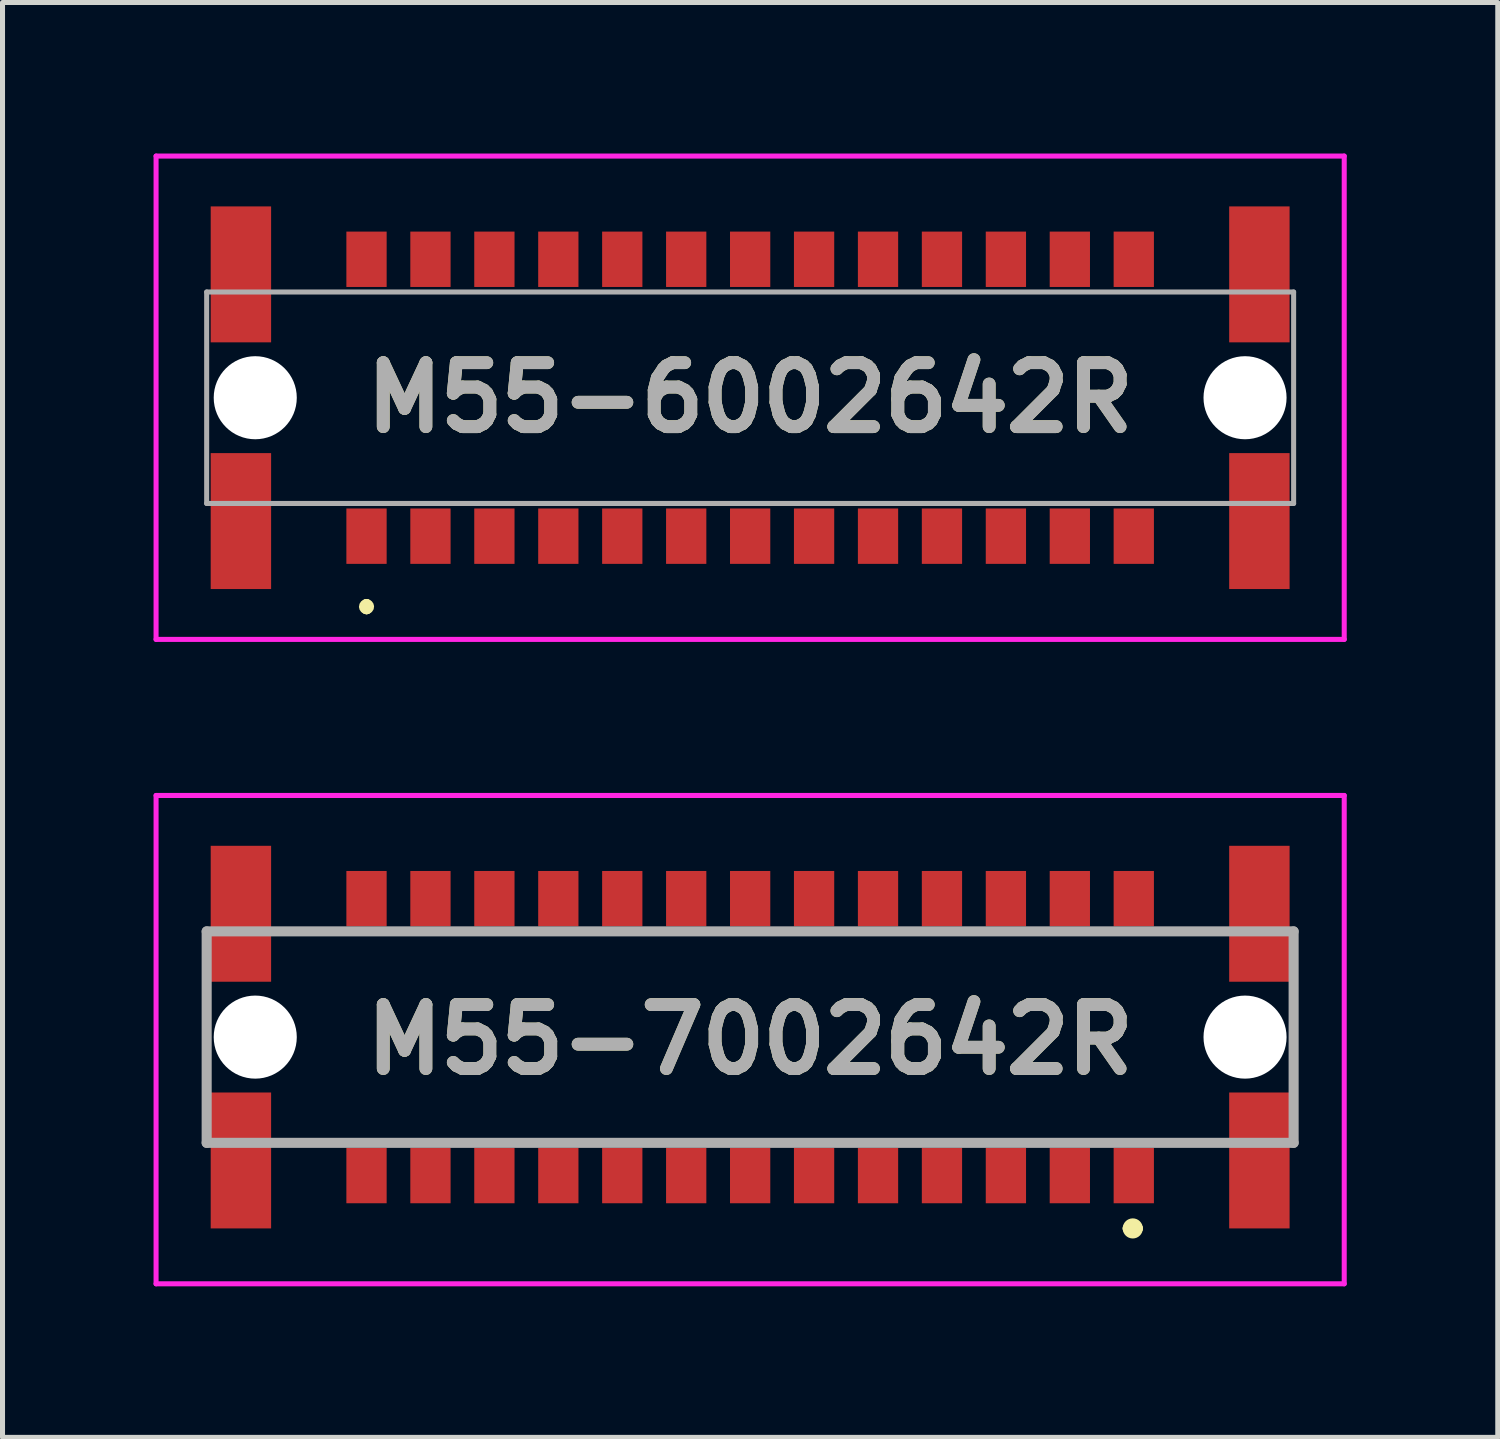
<source format=kicad_pcb>
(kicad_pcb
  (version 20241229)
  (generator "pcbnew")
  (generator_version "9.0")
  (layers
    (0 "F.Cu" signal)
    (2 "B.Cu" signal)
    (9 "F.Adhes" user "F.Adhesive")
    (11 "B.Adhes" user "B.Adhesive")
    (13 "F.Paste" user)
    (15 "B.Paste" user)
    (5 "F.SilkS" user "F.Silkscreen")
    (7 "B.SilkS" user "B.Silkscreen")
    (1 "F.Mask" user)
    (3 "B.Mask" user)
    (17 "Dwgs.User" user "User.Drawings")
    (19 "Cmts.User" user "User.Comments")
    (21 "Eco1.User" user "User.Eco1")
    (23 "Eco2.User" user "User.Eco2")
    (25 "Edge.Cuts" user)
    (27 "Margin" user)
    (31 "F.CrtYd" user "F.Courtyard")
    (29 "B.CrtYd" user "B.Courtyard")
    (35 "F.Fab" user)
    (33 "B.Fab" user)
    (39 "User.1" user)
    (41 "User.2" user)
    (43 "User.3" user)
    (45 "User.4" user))
  (footprint "M55-7002642R"
    (layer "F.Cu")
    (at 11.85 17.55)
    (property "Reference" "M55-7002642R" (at 0 0.05 0) (layer "F.SilkS") (effects (font (size 1.27 1.27) (thickness 0.254))))
    (attr through_hole)
    (fp_line (start -10.8 0.7) (end -10.795 -0.9) (stroke (width 0.1) (type solid)) (layer "F.SilkS"))
    (fp_line (start -9.3 -2.1) (end -8.3 -2.1) (stroke (width 0.1) (type solid)) (layer "F.SilkS"))
    (fp_line (start -9.2 2.1) (end -8.2 2.1) (stroke (width 0.1) (type solid)) (layer "F.SilkS"))
    (fp_line (start 7.5 3.8) (end 7.5 3.8) (stroke (width 0.2) (type solid)) (layer "F.SilkS"))
    (fp_line (start 7.7 3.8) (end 7.7 3.8) (stroke (width 0.2) (type solid)) (layer "F.SilkS"))
    (fp_line (start 8.3 2.1) (end 9.3 2.1) (stroke (width 0.1) (type solid)) (layer "F.SilkS"))
    (fp_line (start 8.4 -2.1) (end 9.2 -2.1) (stroke (width 0.1) (type solid)) (layer "F.SilkS"))
    (fp_line (start 10.8 0.7) (end 10.8 -0.8) (stroke (width 0.1) (type solid)) (layer "F.SilkS"))
    (fp_arc (start 7.5 3.8) (mid 7.6 3.7) (end 7.7 3.8) (stroke (width 0.2) (type solid)) (layer "F.SilkS"))
    (fp_arc (start 7.7 3.8) (mid 7.6 3.9) (end 7.5 3.8) (stroke (width 0.2) (type solid)) (layer "F.SilkS"))
    (fp_line (start -11.8 -4.8) (end 11.8 -4.8) (stroke (width 0.1) (type solid)) (layer "F.CrtYd"))
    (fp_line (start -11.8 4.9) (end -11.8 -4.8) (stroke (width 0.1) (type solid)) (layer "F.CrtYd"))
    (fp_line (start 11.8 -4.8) (end 11.8 4.9) (stroke (width 0.1) (type solid)) (layer "F.CrtYd"))
    (fp_line (start 11.8 4.9) (end -11.8 4.9) (stroke (width 0.1) (type solid)) (layer "F.CrtYd"))
    (fp_line (start -10.795 -2.1) (end 10.795 -2.1) (stroke (width 0.2) (type solid)) (layer "F.Fab"))
    (fp_line (start -10.795 2.1) (end -10.795 -2.1) (stroke (width 0.2) (type solid)) (layer "F.Fab"))
    (fp_line (start 10.795 -2.1) (end 10.795 2.1) (stroke (width 0.2) (type solid)) (layer "F.Fab"))
    (fp_line (start 10.795 2.1) (end -10.795 2.1) (stroke (width 0.2) (type solid)) (layer "F.Fab"))
    (fp_text user "${REFERENCE}" (at 0 0.05 0) (layer "F.Fab") (effects (font (size 1.27 1.27) (thickness 0.254))))
    (pad "" np_thru_hole circle (at -9.83 0) (size 1.65 1.65) (drill 1.65) (layers "*.Cu" "*.Mask"))
    (pad "" np_thru_hole circle (at 9.83 0) (size 1.65 1.65) (drill 1.65) (layers "*.Cu" "*.Mask"))
    (pad "A1" smd rect (at 7.62 2.75) (size 0.8 1.1) (layers "F.Cu" "F.Mask" "F.Paste"))
    (pad "A2" smd rect (at 6.35 2.75) (size 0.8 1.1) (layers "F.Cu" "F.Mask" "F.Paste"))
    (pad "A3" smd rect (at 5.08 2.75) (size 0.8 1.1) (layers "F.Cu" "F.Mask" "F.Paste"))
    (pad "A4" smd rect (at 3.81 2.75) (size 0.8 1.1) (layers "F.Cu" "F.Mask" "F.Paste"))
    (pad "A5" smd rect (at 2.54 2.75) (size 0.8 1.1) (layers "F.Cu" "F.Mask" "F.Paste"))
    (pad "A6" smd rect (at 1.27 2.75) (size 0.8 1.1) (layers "F.Cu" "F.Mask" "F.Paste"))
    (pad "A7" smd rect (at 0 2.75) (size 0.8 1.1) (layers "F.Cu" "F.Mask" "F.Paste"))
    (pad "A8" smd rect (at -1.27 2.75) (size 0.8 1.1) (layers "F.Cu" "F.Mask" "F.Paste"))
    (pad "A9" smd rect (at -2.54 2.75) (size 0.8 1.1) (layers "F.Cu" "F.Mask" "F.Paste"))
    (pad "A10" smd rect (at -3.81 2.75) (size 0.8 1.1) (layers "F.Cu" "F.Mask" "F.Paste"))
    (pad "A11" smd rect (at -5.08 2.75) (size 0.8 1.1) (layers "F.Cu" "F.Mask" "F.Paste"))
    (pad "A12" smd rect (at -6.35 2.75) (size 0.8 1.1) (layers "F.Cu" "F.Mask" "F.Paste"))
    (pad "A13" smd rect (at -7.62 2.75) (size 0.8 1.1) (layers "F.Cu" "F.Mask" "F.Paste"))
    (pad "B1" smd rect (at 7.62 -2.75) (size 0.8 1.1) (layers "F.Cu" "F.Mask" "F.Paste"))
    (pad "B2" smd rect (at 6.35 -2.75) (size 0.8 1.1) (layers "F.Cu" "F.Mask" "F.Paste"))
    (pad "B3" smd rect (at 5.08 -2.75) (size 0.8 1.1) (layers "F.Cu" "F.Mask" "F.Paste"))
    (pad "B4" smd rect (at 3.81 -2.75) (size 0.8 1.1) (layers "F.Cu" "F.Mask" "F.Paste"))
    (pad "B5" smd rect (at 2.54 -2.75) (size 0.8 1.1) (layers "F.Cu" "F.Mask" "F.Paste"))
    (pad "B6" smd rect (at 1.27 -2.75) (size 0.8 1.1) (layers "F.Cu" "F.Mask" "F.Paste"))
    (pad "B7" smd rect (at 0 -2.75) (size 0.8 1.1) (layers "F.Cu" "F.Mask" "F.Paste"))
    (pad "B8" smd rect (at -1.27 -2.75) (size 0.8 1.1) (layers "F.Cu" "F.Mask" "F.Paste"))
    (pad "B9" smd rect (at -2.54 -2.75) (size 0.8 1.1) (layers "F.Cu" "F.Mask" "F.Paste"))
    (pad "B10" smd rect (at -3.81 -2.75) (size 0.8 1.1) (layers "F.Cu" "F.Mask" "F.Paste"))
    (pad "B11" smd rect (at -5.08 -2.75) (size 0.8 1.1) (layers "F.Cu" "F.Mask" "F.Paste"))
    (pad "B12" smd rect (at -6.35 -2.75) (size 0.8 1.1) (layers "F.Cu" "F.Mask" "F.Paste"))
    (pad "B13" smd rect (at -7.62 -2.75) (size 0.8 1.1) (layers "F.Cu" "F.Mask" "F.Paste"))
    (pad "MP1" smd rect (at -10.115 -2.45) (size 1.2 2.7) (layers "F.Cu" "F.Mask" "F.Paste"))
    (pad "MP2" smd rect (at -10.115 2.45) (size 1.2 2.7) (layers "F.Cu" "F.Mask" "F.Paste"))
    (pad "MP3" smd rect (at 10.115 -2.45) (size 1.2 2.7) (layers "F.Cu" "F.Mask" "F.Paste"))
    (pad "MP4" smd rect (at 10.115 2.45) (size 1.2 2.7) (layers "F.Cu" "F.Mask" "F.Paste")))
  (footprint "M55-6002642R"
    (layer "F.Cu")
    (at 11.85 4.85)
    (property "Reference" "M55-6002642R" (at 0 0 0) (layer "F.SilkS") (effects (font (size 1.27 1.27) (thickness 0.254))))
    (attr through_hole)
    (fp_line (start -7.62 4.1) (end -7.62 4.1) (stroke (width 0.2) (type solid)) (layer "F.SilkS"))
    (fp_line (start -7.62 4.2) (end -7.62 4.1) (stroke (width 0.2) (type solid)) (layer "F.SilkS"))
    (fp_line (start -7.62 4.2) (end -7.62 4.2) (stroke (width 0.2) (type solid)) (layer "F.SilkS"))
    (fp_arc (start -7.62 4.1) (mid -7.57 4.15) (end -7.62 4.2) (stroke (width 0.2) (type solid)) (layer "F.SilkS"))
    (fp_arc (start -7.62 4.2) (mid -7.67 4.15) (end -7.62 4.1) (stroke (width 0.2) (type solid)) (layer "F.SilkS"))
    (fp_line (start -11.8 -4.8) (end 11.8 -4.8) (stroke (width 0.1) (type solid)) (layer "F.CrtYd"))
    (fp_line (start -11.8 4.8) (end -11.8 -4.8) (stroke (width 0.1) (type solid)) (layer "F.CrtYd"))
    (fp_line (start 11.8 -4.8) (end 11.8 4.8) (stroke (width 0.1) (type solid)) (layer "F.CrtYd"))
    (fp_line (start 11.8 4.8) (end -11.8 4.8) (stroke (width 0.1) (type solid)) (layer "F.CrtYd"))
    (fp_line (start -10.795 -2.1) (end 10.795 -2.1) (stroke (width 0.1) (type solid)) (layer "F.Fab"))
    (fp_line (start -10.795 2.1) (end -10.795 -2.1) (stroke (width 0.1) (type solid)) (layer "F.Fab"))
    (fp_line (start 10.795 -2.1) (end 10.795 2.1) (stroke (width 0.1) (type solid)) (layer "F.Fab"))
    (fp_line (start 10.795 2.1) (end -10.795 2.1) (stroke (width 0.1) (type solid)) (layer "F.Fab"))
    (fp_text user "${REFERENCE}" (at 0 0 0) (layer "F.Fab") (effects (font (size 1.27 1.27) (thickness 0.254))))
    (pad "" np_thru_hole circle (at -9.83 0) (size 1.65 1.65) (drill 1.65) (layers "*.Cu" "*.Mask"))
    (pad "" np_thru_hole circle (at 9.83 0) (size 1.65 1.65) (drill 1.65) (layers "*.Cu" "*.Mask"))
    (pad "A1" smd rect (at -7.62 2.75) (size 0.8 1.1) (layers "F.Cu" "F.Mask" "F.Paste"))
    (pad "A2" smd rect (at -6.35 2.75) (size 0.8 1.1) (layers "F.Cu" "F.Mask" "F.Paste"))
    (pad "A3" smd rect (at -5.08 2.75) (size 0.8 1.1) (layers "F.Cu" "F.Mask" "F.Paste"))
    (pad "A4" smd rect (at -3.81 2.75) (size 0.8 1.1) (layers "F.Cu" "F.Mask" "F.Paste"))
    (pad "A5" smd rect (at -2.54 2.75) (size 0.8 1.1) (layers "F.Cu" "F.Mask" "F.Paste"))
    (pad "A6" smd rect (at -1.27 2.75) (size 0.8 1.1) (layers "F.Cu" "F.Mask" "F.Paste"))
    (pad "A7" smd rect (at 0 2.75) (size 0.8 1.1) (layers "F.Cu" "F.Mask" "F.Paste"))
    (pad "A8" smd rect (at 1.27 2.75) (size 0.8 1.1) (layers "F.Cu" "F.Mask" "F.Paste"))
    (pad "A9" smd rect (at 2.54 2.75) (size 0.8 1.1) (layers "F.Cu" "F.Mask" "F.Paste"))
    (pad "A10" smd rect (at 3.81 2.75) (size 0.8 1.1) (layers "F.Cu" "F.Mask" "F.Paste"))
    (pad "A11" smd rect (at 5.08 2.75) (size 0.8 1.1) (layers "F.Cu" "F.Mask" "F.Paste"))
    (pad "A12" smd rect (at 6.35 2.75) (size 0.8 1.1) (layers "F.Cu" "F.Mask" "F.Paste"))
    (pad "A13" smd rect (at 7.62 2.75) (size 0.8 1.1) (layers "F.Cu" "F.Mask" "F.Paste"))
    (pad "B1" smd rect (at -7.62 -2.75) (size 0.8 1.1) (layers "F.Cu" "F.Mask" "F.Paste"))
    (pad "B2" smd rect (at -6.35 -2.75) (size 0.8 1.1) (layers "F.Cu" "F.Mask" "F.Paste"))
    (pad "B3" smd rect (at -5.08 -2.75) (size 0.8 1.1) (layers "F.Cu" "F.Mask" "F.Paste"))
    (pad "B4" smd rect (at -3.81 -2.75) (size 0.8 1.1) (layers "F.Cu" "F.Mask" "F.Paste"))
    (pad "B5" smd rect (at -2.54 -2.75) (size 0.8 1.1) (layers "F.Cu" "F.Mask" "F.Paste"))
    (pad "B6" smd rect (at -1.27 -2.75) (size 0.8 1.1) (layers "F.Cu" "F.Mask" "F.Paste"))
    (pad "B7" smd rect (at 0 -2.75) (size 0.8 1.1) (layers "F.Cu" "F.Mask" "F.Paste"))
    (pad "B8" smd rect (at 1.27 -2.75) (size 0.8 1.1) (layers "F.Cu" "F.Mask" "F.Paste"))
    (pad "B9" smd rect (at 2.54 -2.75) (size 0.8 1.1) (layers "F.Cu" "F.Mask" "F.Paste"))
    (pad "B10" smd rect (at 3.81 -2.75) (size 0.8 1.1) (layers "F.Cu" "F.Mask" "F.Paste"))
    (pad "B11" smd rect (at 5.08 -2.75) (size 0.8 1.1) (layers "F.Cu" "F.Mask" "F.Paste"))
    (pad "B12" smd rect (at 6.35 -2.75) (size 0.8 1.1) (layers "F.Cu" "F.Mask" "F.Paste"))
    (pad "B13" smd rect (at 7.62 -2.75) (size 0.8 1.1) (layers "F.Cu" "F.Mask" "F.Paste"))
    (pad "MP1" smd rect (at -10.115 -2.45) (size 1.2 2.7) (layers "F.Cu" "F.Mask" "F.Paste"))
    (pad "MP2" smd rect (at -10.115 2.45) (size 1.2 2.7) (layers "F.Cu" "F.Mask" "F.Paste"))
    (pad "MP3" smd rect (at 10.115 -2.45) (size 1.2 2.7) (layers "F.Cu" "F.Mask" "F.Paste"))
    (pad "MP4" smd rect (at 10.115 2.45) (size 1.2 2.7) (layers "F.Cu" "F.Mask" "F.Paste")))
  (gr_rect
    (start -3 -3)
    (end 26.7 25.5)
    (stroke (width 0.1) (type default))
    (fill no)
    (layer "Edge.Cuts")))
</source>
